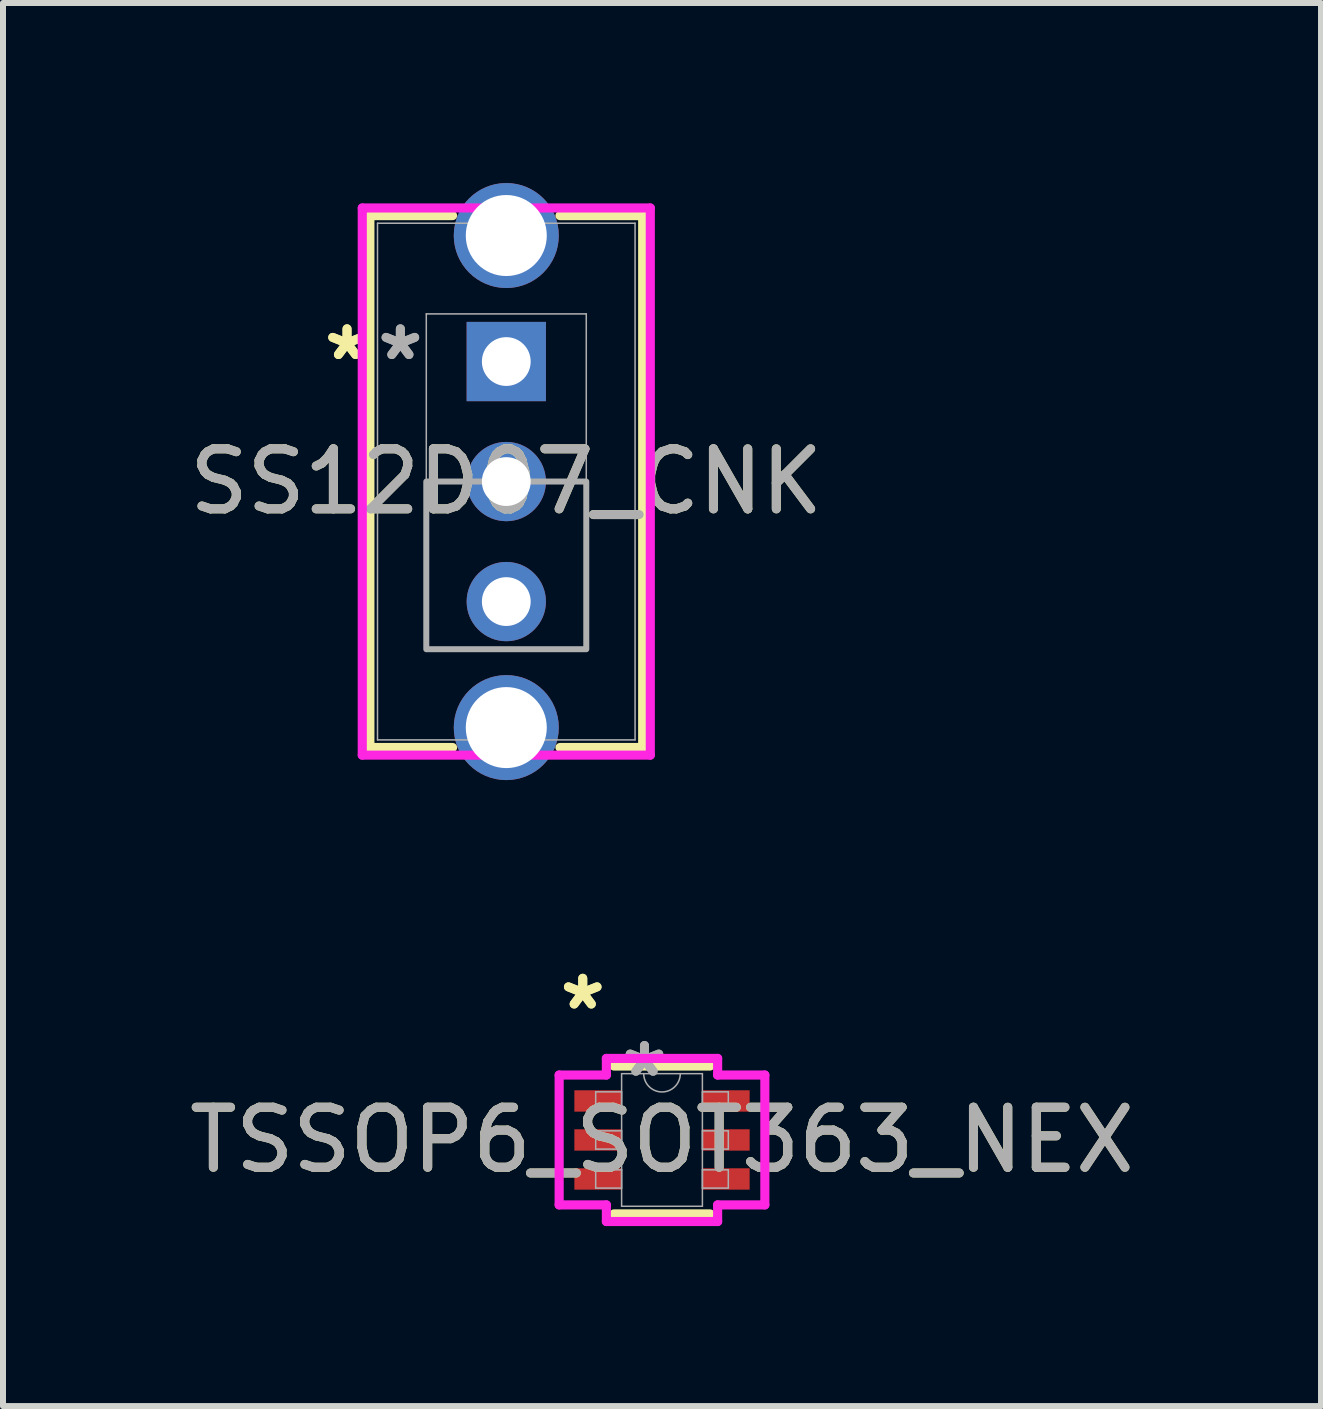
<source format=kicad_pcb>
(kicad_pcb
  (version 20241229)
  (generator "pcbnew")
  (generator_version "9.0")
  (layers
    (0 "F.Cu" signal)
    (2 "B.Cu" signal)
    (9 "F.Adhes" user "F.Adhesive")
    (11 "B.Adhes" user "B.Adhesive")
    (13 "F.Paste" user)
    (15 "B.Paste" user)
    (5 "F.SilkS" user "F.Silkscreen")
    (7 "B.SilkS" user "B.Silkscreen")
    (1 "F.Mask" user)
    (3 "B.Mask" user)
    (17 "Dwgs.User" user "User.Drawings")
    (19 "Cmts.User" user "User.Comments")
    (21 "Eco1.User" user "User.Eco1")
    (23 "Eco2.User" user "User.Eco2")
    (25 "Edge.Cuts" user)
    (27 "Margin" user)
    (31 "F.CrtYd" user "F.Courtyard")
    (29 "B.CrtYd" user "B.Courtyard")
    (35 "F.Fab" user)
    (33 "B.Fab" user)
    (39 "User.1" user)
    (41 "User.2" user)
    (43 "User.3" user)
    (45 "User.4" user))
  (footprint "TSSOP6_SOT363_NEX"
    (layer "F.Cu")
    (at 7.982 15.947)
    (property "Reference" "TSSOP6_SOT363_NEX" (at 0 0 0) (unlocked yes) (layer "F.SilkS") (effects (font (size 1 1) (thickness 0.15))))
    (attr smd)
    (fp_line (start -0.8 1.232) (end 0.8 1.232) (stroke (width 0.152) (type solid)) (layer "F.SilkS"))
    (fp_line (start 0.8 -1.232) (end -0.8 -1.232) (stroke (width 0.152) (type solid)) (layer "F.SilkS"))
    (fp_line (start -1.714 -1.082) (end -0.927 -1.082) (stroke (width 0.152) (type solid)) (layer "F.CrtYd"))
    (fp_line (start -1.714 1.082) (end -1.714 -1.082) (stroke (width 0.152) (type solid)) (layer "F.CrtYd"))
    (fp_line (start -1.714 1.082) (end -0.927 1.082) (stroke (width 0.152) (type solid)) (layer "F.CrtYd"))
    (fp_line (start -0.927 -1.359) (end 0.927 -1.359) (stroke (width 0.152) (type solid)) (layer "F.CrtYd"))
    (fp_line (start -0.927 -1.082) (end -0.927 -1.359) (stroke (width 0.152) (type solid)) (layer "F.CrtYd"))
    (fp_line (start -0.927 1.359) (end -0.927 1.082) (stroke (width 0.152) (type solid)) (layer "F.CrtYd"))
    (fp_line (start 0.927 -1.359) (end 0.927 -1.082) (stroke (width 0.152) (type solid)) (layer "F.CrtYd"))
    (fp_line (start 0.927 1.082) (end 0.927 1.359) (stroke (width 0.152) (type solid)) (layer "F.CrtYd"))
    (fp_line (start 0.927 1.359) (end -0.927 1.359) (stroke (width 0.152) (type solid)) (layer "F.CrtYd"))
    (fp_line (start 1.714 -1.082) (end 0.927 -1.082) (stroke (width 0.152) (type solid)) (layer "F.CrtYd"))
    (fp_line (start 1.714 -1.082) (end 1.714 1.082) (stroke (width 0.152) (type solid)) (layer "F.CrtYd"))
    (fp_line (start 1.714 1.082) (end 0.927 1.082) (stroke (width 0.152) (type solid)) (layer "F.CrtYd"))
    (fp_line (start -1.105 -0.802) (end -1.105 -0.498) (stroke (width 0.025) (type solid)) (layer "F.Fab"))
    (fp_line (start -1.105 -0.498) (end -0.673 -0.498) (stroke (width 0.025) (type solid)) (layer "F.Fab"))
    (fp_line (start -1.105 -0.152) (end -1.105 0.152) (stroke (width 0.025) (type solid)) (layer "F.Fab"))
    (fp_line (start -1.105 0.152) (end -0.673 0.152) (stroke (width 0.025) (type solid)) (layer "F.Fab"))
    (fp_line (start -1.105 0.498) (end -1.105 0.802) (stroke (width 0.025) (type solid)) (layer "F.Fab"))
    (fp_line (start -1.105 0.802) (end -0.673 0.802) (stroke (width 0.025) (type solid)) (layer "F.Fab"))
    (fp_line (start -0.673 -1.105) (end -0.673 1.105) (stroke (width 0.025) (type solid)) (layer "F.Fab"))
    (fp_line (start -0.673 -0.802) (end -1.105 -0.802) (stroke (width 0.025) (type solid)) (layer "F.Fab"))
    (fp_line (start -0.673 -0.498) (end -0.673 -0.802) (stroke (width 0.025) (type solid)) (layer "F.Fab"))
    (fp_line (start -0.673 -0.152) (end -1.105 -0.152) (stroke (width 0.025) (type solid)) (layer "F.Fab"))
    (fp_line (start -0.673 0.152) (end -0.673 -0.152) (stroke (width 0.025) (type solid)) (layer "F.Fab"))
    (fp_line (start -0.673 0.498) (end -1.105 0.498) (stroke (width 0.025) (type solid)) (layer "F.Fab"))
    (fp_line (start -0.673 0.802) (end -0.673 0.498) (stroke (width 0.025) (type solid)) (layer "F.Fab"))
    (fp_line (start -0.673 1.105) (end 0.673 1.105) (stroke (width 0.025) (type solid)) (layer "F.Fab"))
    (fp_line (start 0.673 -1.105) (end -0.673 -1.105) (stroke (width 0.025) (type solid)) (layer "F.Fab"))
    (fp_line (start 0.673 -0.802) (end 0.673 -0.498) (stroke (width 0.025) (type solid)) (layer "F.Fab"))
    (fp_line (start 0.673 -0.498) (end 1.105 -0.498) (stroke (width 0.025) (type solid)) (layer "F.Fab"))
    (fp_line (start 0.673 -0.152) (end 0.673 0.152) (stroke (width 0.025) (type solid)) (layer "F.Fab"))
    (fp_line (start 0.673 0.152) (end 1.105 0.152) (stroke (width 0.025) (type solid)) (layer "F.Fab"))
    (fp_line (start 0.673 0.498) (end 0.673 0.802) (stroke (width 0.025) (type solid)) (layer "F.Fab"))
    (fp_line (start 0.673 0.802) (end 1.105 0.802) (stroke (width 0.025) (type solid)) (layer "F.Fab"))
    (fp_line (start 0.673 1.105) (end 0.673 -1.105) (stroke (width 0.025) (type solid)) (layer "F.Fab"))
    (fp_line (start 1.105 -0.802) (end 0.673 -0.802) (stroke (width 0.025) (type solid)) (layer "F.Fab"))
    (fp_line (start 1.105 -0.498) (end 1.105 -0.802) (stroke (width 0.025) (type solid)) (layer "F.Fab"))
    (fp_line (start 1.105 -0.152) (end 0.673 -0.152) (stroke (width 0.025) (type solid)) (layer "F.Fab"))
    (fp_line (start 1.105 0.152) (end 1.105 -0.152) (stroke (width 0.025) (type solid)) (layer "F.Fab"))
    (fp_line (start 1.105 0.498) (end 0.673 0.498) (stroke (width 0.025) (type solid)) (layer "F.Fab"))
    (fp_line (start 1.105 0.802) (end 1.105 0.498) (stroke (width 0.025) (type solid)) (layer "F.Fab"))
    (fp_arc (start 0.3048 -1.1049) (mid 0 -0.8001) (end -0.3048 -1.1049) (stroke (width 0.0254) (type solid)) (layer "F.Fab"))
    (fp_text user "*" (at -1.321 -2.149 0) (layer "F.SilkS") (effects (font (size 1 1) (thickness 0.15))))
    (fp_text user "*" (at -1.321 -2.149 0) (unlocked yes) (layer "F.SilkS") (effects (font (size 1 1) (thickness 0.15))))
    (fp_text user "*" (at -0.292 -1.029 0) (layer "F.Fab") (effects (font (size 1 1) (thickness 0.15))))
    (fp_text user "*" (at -0.292 -1.029 0) (unlocked yes) (layer "F.Fab") (effects (font (size 1 1) (thickness 0.15))))
    (fp_text user "${REFERENCE}" (at 0 0 0) (unlocked yes) (layer "F.Fab") (effects (font (size 1 1) (thickness 0.15))))
    (pad "1" smd rect (at -1.067 -0.65) (size 0.787 0.356) (layers "F.Cu" "F.Mask" "F.Paste"))
    (pad "2" smd rect (at -1.067 0) (size 0.787 0.356) (layers "F.Cu" "F.Mask" "F.Paste"))
    (pad "3" smd rect (at -1.067 0.65) (size 0.787 0.356) (layers "F.Cu" "F.Mask" "F.Paste"))
    (pad "4" smd rect (at 1.067 0.65) (size 0.787 0.356) (layers "F.Cu" "F.Mask" "F.Paste"))
    (pad "5" smd rect (at 1.067 0) (size 0.787 0.356) (layers "F.Cu" "F.Mask" "F.Paste"))
    (pad "6" smd rect (at 1.067 -0.65) (size 0.787 0.356) (layers "F.Cu" "F.Mask" "F.Paste")))
  (footprint "SS12D07_CNK"
    (layer "F.Cu")
    (at 5.387 2.975)
    (property "Reference" "SS12D07_CNK" (at 0 2 0) (unlocked yes) (layer "F.SilkS") (effects (font (size 1 1) (thickness 0.15))))
    (attr through_hole)
    (fp_line (start -2.273 -2.432) (end -2.273 6.432) (stroke (width 0.152) (type solid)) (layer "F.SilkS"))
    (fp_line (start -2.273 6.432) (end -0.895 6.432) (stroke (width 0.152) (type solid)) (layer "F.SilkS"))
    (fp_line (start -0.895 -2.432) (end -2.273 -2.432) (stroke (width 0.152) (type solid)) (layer "F.SilkS"))
    (fp_line (start 0.895 6.432) (end 2.273 6.432) (stroke (width 0.152) (type solid)) (layer "F.SilkS"))
    (fp_line (start 2.273 -2.432) (end 0.895 -2.432) (stroke (width 0.152) (type solid)) (layer "F.SilkS"))
    (fp_line (start 2.273 6.432) (end 2.273 -2.432) (stroke (width 0.152) (type solid)) (layer "F.SilkS"))
    (fp_line (start -2.4 -2.559) (end -2.4 6.559) (stroke (width 0.152) (type solid)) (layer "F.CrtYd"))
    (fp_line (start -2.4 6.559) (end 2.4 6.559) (stroke (width 0.152) (type solid)) (layer "F.CrtYd"))
    (fp_line (start 2.4 -2.559) (end -2.4 -2.559) (stroke (width 0.152) (type solid)) (layer "F.CrtYd"))
    (fp_line (start 2.4 6.559) (end 2.4 -2.559) (stroke (width 0.152) (type solid)) (layer "F.CrtYd"))
    (fp_line (start -2.146 -2.305) (end -2.146 6.305) (stroke (width 0.025) (type solid)) (layer "F.Fab"))
    (fp_line (start -2.146 6.305) (end 2.146 6.305) (stroke (width 0.025) (type solid)) (layer "F.Fab"))
    (fp_line (start -1.333 -0.794) (end 1.333 -0.794) (stroke (width 0.025) (type solid)) (layer "F.Fab"))
    (fp_line (start -1.333 4.794) (end -1.333 -0.794) (stroke (width 0.025) (type solid)) (layer "F.Fab"))
    (fp_line (start 1.333 -0.794) (end 1.333 4.794) (stroke (width 0.025) (type solid)) (layer "F.Fab"))
    (fp_line (start 1.333 4.794) (end -1.333 4.794) (stroke (width 0.025) (type solid)) (layer "F.Fab"))
    (fp_line (start 2.146 -2.305) (end -2.146 -2.305) (stroke (width 0.025) (type solid)) (layer "F.Fab"))
    (fp_line (start 2.146 6.305) (end 2.146 -2.305) (stroke (width 0.025) (type solid)) (layer "F.Fab"))
    (fp_poly (pts (xy -1.333 4.794) (xy -1.333 2) (xy 1.333 2) (xy 1.333 4.794)) (stroke (width 0.1) (type solid)) (fill no) (layer "F.Fab"))
    (fp_text user "*" (at -2.654 0 0) (layer "F.SilkS") (effects (font (size 1 1) (thickness 0.15))))
    (fp_text user "*" (at -2.654 0 0) (unlocked yes) (layer "F.SilkS") (effects (font (size 1 1) (thickness 0.15))))
    (fp_text user "${REFERENCE}" (at 0 2 0) (unlocked yes) (layer "F.Fab") (effects (font (size 1 1) (thickness 0.15))))
    (fp_text user "*" (at -1.765 0 0) (layer "F.Fab") (effects (font (size 1 1) (thickness 0.15))))
    (fp_text user "*" (at -1.765 0 0) (unlocked yes) (layer "F.Fab") (effects (font (size 1 1) (thickness 0.15))))
    (pad "1" thru_hole rect (at 0 0) (size 1.321 1.321) (drill 0.813) (layers "*.Cu" "*.Mask"))
    (pad "2" thru_hole circle (at 0 2) (size 1.321 1.321) (drill 0.813) (layers "*.Cu" "*.Mask"))
    (pad "3" thru_hole circle (at 0 4) (size 1.321 1.321) (drill 0.813) (layers "*.Cu" "*.Mask"))
    (pad "4" thru_hole circle (at 0 -2.1 90) (size 1.75 1.75) (drill 1.35) (layers "*.Cu" "*.Mask"))
    (pad "5" thru_hole circle (at 0 6.1 90) (size 1.75 1.75) (drill 1.35) (layers "*.Cu" "*.Mask")))
  (gr_rect
    (start -3 -3)
    (end 18.964 20.382)
    (stroke (width 0.1) (type default))
    (fill no)
    (layer "Edge.Cuts")))
</source>
